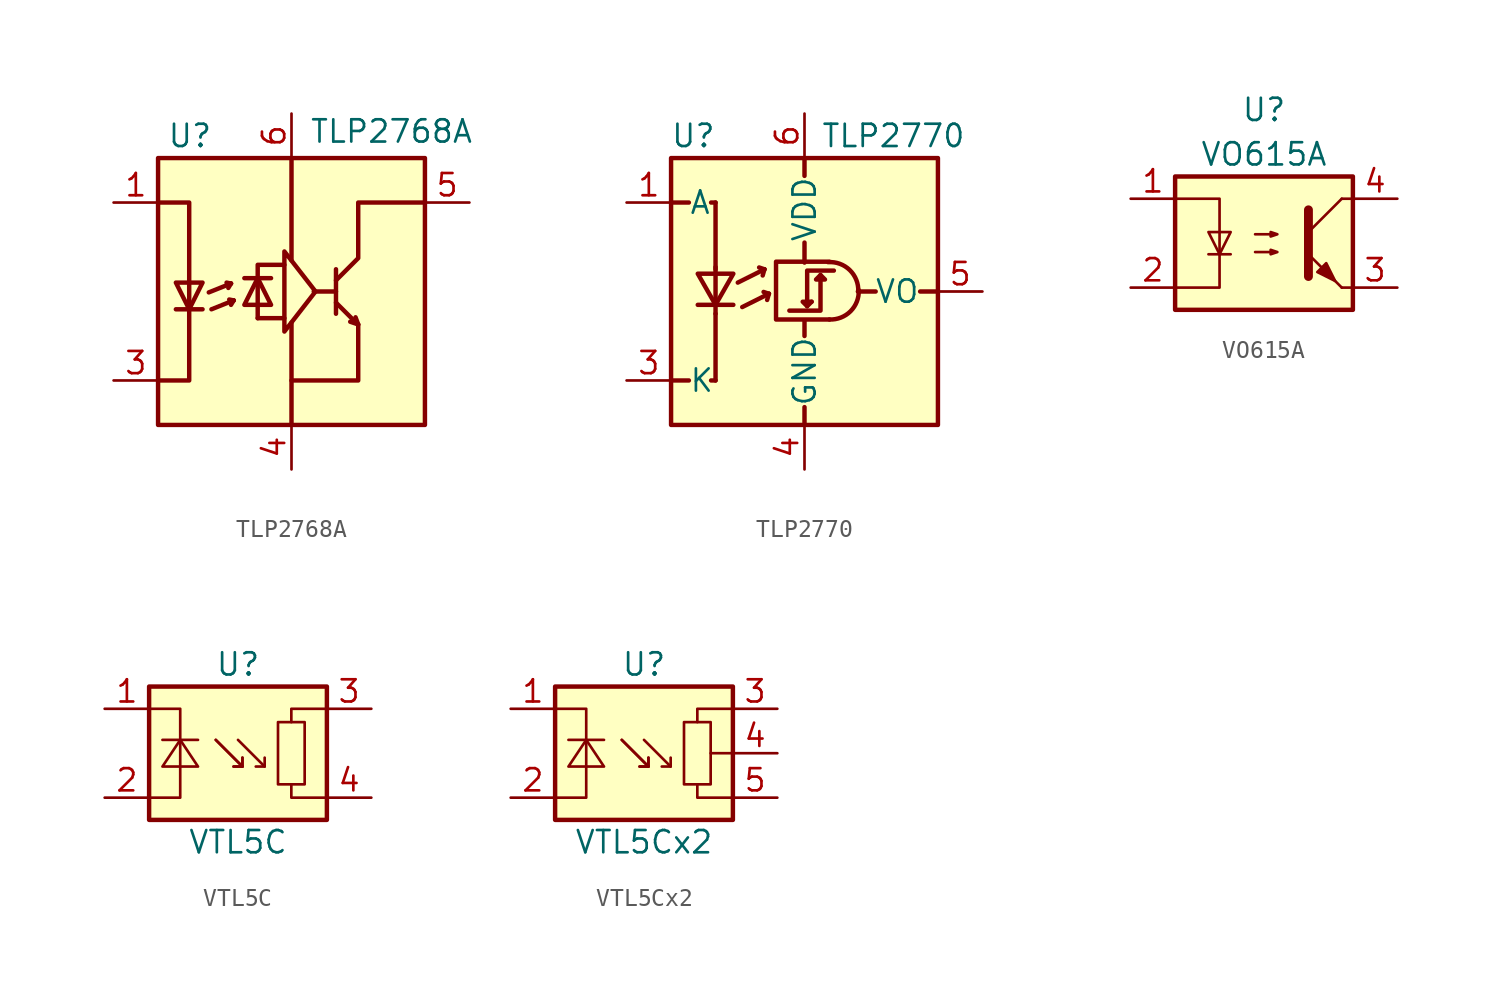
<source format=kicad_sym>
(kicad_symbol_lib
  (version 20201005)
  (generator kicad_symbol_editor)
  (symbol "TLP2768A"
    (pin_names
      (offset 1.016) hide)
    (property "Reference" "U"
      (at -7.112 8.89 0)
      (effects (font (size 1.27 1.27)) (justify left)))
    (property "Value" "TLP2768A"
      (at 1.016 9.144 0)
      (effects (font (size 1.27 1.27)) (justify left)))
    (symbol "TLP2768A_0_1"
      (rectangle (start -7.62 7.62) (end 7.62 -7.62) (stroke (width 0.254)) (fill (type background)))
      (polyline (pts (xy -6.604 -1.016) (xy -5.08 -1.016)) (stroke (width 0.254)) (fill (type none)))
      (polyline (pts (xy -5.842 0.508) (xy -5.842 -1.016)) (stroke (width 0.254)) (fill (type none)))
      (polyline (pts (xy -4.724 -0.051) (xy -3.454 0.457)) (stroke (width 0.254)) (fill (type none)))
      (polyline (pts (xy -4.572 -1.016) (xy -3.302 -0.508)) (stroke (width 0.254)) (fill (type none)))
      (polyline (pts (xy -3.454 0.457) (xy -3.708 0.508)) (stroke (width 0.254)) (fill (type none)))
      (polyline (pts (xy -3.454 0.457) (xy -3.607 0.203)) (stroke (width 0.254)) (fill (type none)))
      (polyline (pts (xy -3.302 -0.508) (xy -3.556 -0.457)) (stroke (width 0.254)) (fill (type none)))
      (polyline (pts (xy -3.302 -0.508) (xy -3.454 -0.762)) (stroke (width 0.254)) (fill (type none)))
      (polyline (pts (xy -2.692 0.762) (xy -1.168 0.762)) (stroke (width 0.254)) (fill (type none)))
      (polyline (pts (xy -1.93 -1.524) (xy -1.93 -0.762)) (stroke (width 0.254)) (fill (type none)))
      (polyline (pts (xy -1.93 -1.524) (xy -0.406 -1.524)) (stroke (width 0.254)) (fill (type none)))
      (polyline (pts (xy -1.93 0.762) (xy -1.93 -0.813)) (stroke (width 0.254)) (fill (type none)))
      (polyline (pts (xy 0 -7.62) (xy 0 -1.778)) (stroke (width 0.254)) (fill (type none)))
      (polyline (pts (xy 0 7.62) (xy 0 1.778)) (stroke (width 0.254)) (fill (type none)))
      (polyline (pts (xy 1.27 0) (xy 2.54 0)) (stroke (width 0.254)) (fill (type none)))
      (polyline (pts (xy 2.54 -1.27) (xy 2.54 1.27)) (stroke (width 0.254)) (fill (type none)))
      (polyline (pts (xy 3.81 -1.88) (xy 3.353 -1.727)) (stroke (width 0.254)) (fill (type none)))
      (polyline (pts (xy 3.81 -1.88) (xy 3.658 -1.473)) (stroke (width 0.254)) (fill (type none)))
      (polyline (pts (xy -7.62 5.08) (xy -5.842 5.08) (xy -5.842 0.508)) (stroke (width 0.254)) (fill (type none)))
      (polyline (pts (xy -5.842 -1.016) (xy -5.842 -5.08) (xy -7.62 -5.08)) (stroke (width 0.254)) (fill (type none)))
      (polyline (pts (xy -1.93 0.762) (xy -1.93 1.524) (xy -0.406 1.524)) (stroke (width 0.254)) (fill (type none)))
      (polyline (pts (xy -6.604 0.508) (xy -5.08 0.508) (xy -5.842 -1.016) (xy -6.604 0.508)) (stroke (width 0.254)) (fill (type none)))
      (polyline (pts (xy -2.692 -0.762) (xy -1.168 -0.762) (xy -1.93 0.762) (xy -2.692 -0.762)) (stroke (width 0.254)) (fill (type none)))
      (polyline (pts (xy 1.372 0) (xy -0.406 -2.286) (xy -0.406 2.286) (xy 1.372 0)) (stroke (width 0.254)) (fill (type none)))
      (polyline (pts (xy 2.54 -0.635) (xy 3.81 -1.905) (xy 3.81 -5.08) (xy 0 -5.08)) (stroke (width 0.254)) (fill (type none)))
      (polyline (pts (xy 2.54 0.635) (xy 3.81 1.905) (xy 3.81 5.08) (xy 7.62 5.08)) (stroke (width 0.254)) (fill (type none))))
    (symbol "TLP2768A_1_1"
      (pin passive line (at -10.16 5.08 0) (length 2.54) (name "A" (effects (font (size 1.27 1.27)))) (number "1" (effects (font (size 1.27 1.27)))))
      (pin no_connect line (at -7.62 0 0) (length 2.54) hide (name "NC" (effects (font (size 1.27 1.27)))) (number "2" (effects (font (size 1.27 1.27)))))
      (pin passive line (at -10.16 -5.08 0) (length 2.54) (name "K" (effects (font (size 1.27 1.27)))) (number "3" (effects (font (size 1.27 1.27)))))
      (pin power_in line (at 0 -10.16 90) (length 2.54) (name "GND" (effects (font (size 1.27 1.27)))) (number "4" (effects (font (size 1.27 1.27)))))
      (pin open_collector line (at 10.16 5.08 180) (length 2.54) (name "VO" (effects (font (size 1.27 1.27)))) (number "5" (effects (font (size 1.27 1.27)))))
      (pin power_in line (at 0 10.16 270) (length 2.54) (name "VDD" (effects (font (size 1.27 1.27)))) (number "6" (effects (font (size 1.27 1.27)))))))
  (symbol "TLP2770"
    (pin_names
      (offset 1.016))
    (property "Reference" "U"
      (at -6.35 8.89 0)
      (effects (font (size 1.27 1.27))))
    (property "Value" "TLP2770"
      (at 5.08 8.89 0)
      (effects (font (size 1.27 1.27))))
    (symbol "TLP2770_0_1"
      (polyline (pts (xy -7.62 -5.08) (xy -6.604 -5.08)) (stroke (width 0.254)) (fill (type none)))
      (polyline (pts (xy -7.62 5.08) (xy -6.604 5.08)) (stroke (width 0.254)) (fill (type none)))
      (polyline (pts (xy -5.08 -5.08) (xy -5.334 -5.08)) (stroke (width 0.254)) (fill (type none)))
      (polyline (pts (xy -5.08 -1.27) (xy -5.08 -5.08)) (stroke (width 0.254)) (fill (type none)))
      (polyline (pts (xy -5.08 1.27) (xy -5.08 5.08)) (stroke (width 0.254)) (fill (type none)))
      (polyline (pts (xy -5.08 5.08) (xy -5.334 5.08)) (stroke (width 0.254)) (fill (type none)))
      (polyline (pts (xy 0 -7.62) (xy 0 -6.604)) (stroke (width 0.254)) (fill (type none)))
      (polyline (pts (xy 0 -1.651) (xy 0 -2.54)) (stroke (width 0.254)) (fill (type none)))
      (polyline (pts (xy 0 1.651) (xy 0 2.794)) (stroke (width 0.254)) (fill (type none)))
      (polyline (pts (xy 0 7.62) (xy 0 6.604)) (stroke (width 0.254)) (fill (type none)))
      (polyline (pts (xy 3.048 0) (xy 4.064 0)) (stroke (width 0.254)) (fill (type none)))
      (polyline (pts (xy 7.62 0) (xy 6.604 0)) (stroke (width 0.254)) (fill (type none))))
    (symbol "TLP2770_1_1"
      (arc (start 1.4224 -1.6002) (end 3.0988 0.0762) (radius (at 1.4478 0.0254) (length 1.6256) (angles -90.9 1.8)) (stroke (width 0.254)) (fill (type none)))
      (arc (start 1.3462 1.6764) (end 3.0734 0) (radius (at 1.4732 0.1016) (length 1.5748) (angles 94.6 -3.6)) (stroke (width 0.254)) (fill (type none)))
      (rectangle (start -7.62 7.62) (end 7.62 -7.62) (stroke (width 0.254)) (fill (type background)))
      (polyline (pts (xy -6.096 -0.762) (xy -4.064 -0.762)) (stroke (width 0.254)) (fill (type none)))
      (polyline (pts (xy -5.08 -0.762) (xy -5.08 -1.27)) (stroke (width 0.254)) (fill (type none)))
      (polyline (pts (xy -5.08 1.016) (xy -5.08 -0.762)) (stroke (width 0.254)) (fill (type none)))
      (polyline (pts (xy -5.08 1.016) (xy -5.08 1.397)) (stroke (width 0.254)) (fill (type none)))
      (polyline (pts (xy -3.81 0.508) (xy -2.286 1.27)) (stroke (width 0.254)) (fill (type none)))
      (polyline (pts (xy -3.556 -0.889) (xy -2.032 -0.127)) (stroke (width 0.254)) (fill (type none)))
      (polyline (pts (xy -2.286 1.27) (xy -2.591 1.372)) (stroke (width 0.254)) (fill (type none)))
      (polyline (pts (xy -2.286 1.27) (xy -2.388 0.914)) (stroke (width 0.254)) (fill (type none)))
      (polyline (pts (xy -2.032 -0.127) (xy -2.337 -0.025)) (stroke (width 0.254)) (fill (type none)))
      (polyline (pts (xy -2.032 -0.127) (xy -2.134 -0.483)) (stroke (width 0.254)) (fill (type none)))
      (polyline (pts (xy 0.152 -0.838) (xy -0.102 -0.584) (xy 0.406 -0.584)) (stroke (width 0.254)) (fill (type none)))
      (polyline (pts (xy 0.914 0.94) (xy 0.914 -1.092) (xy -0.864 -1.092)) (stroke (width 0.254)) (fill (type none)))
      (polyline (pts (xy -6.096 1.016) (xy -4.064 1.016) (xy -5.08 -0.762) (xy -6.096 1.016)) (stroke (width 0.254)) (fill (type none)))
      (polyline (pts (xy 0.914 0.94) (xy 0.66 0.686) (xy 1.168 0.686) (xy 0.914 0.94)) (stroke (width 0.254)) (fill (type none)))
      (polyline (pts (xy 1.422 1.702) (xy -1.626 1.702) (xy -1.626 -1.6) (xy 1.422 -1.6)) (stroke (width 0.254)) (fill (type none)))
      (polyline (pts (xy 1.676 1.194) (xy 0.152 1.194) (xy 0.152 -0.838) (xy 0.406 -0.584)) (stroke (width 0.254)) (fill (type none)))
      (pin passive line (at -10.16 5.08 0) (length 2.54) (name "A" (effects (font (size 1.27 1.27)))) (number "1" (effects (font (size 1.27 1.27)))))
      (pin no_connect line (at -7.62 0 0) (length 2.54) hide (name "NC" (effects (font (size 1.27 1.27)))) (number "2" (effects (font (size 1.27 1.27)))))
      (pin passive line (at -10.16 -5.08 0) (length 2.54) (name "K" (effects (font (size 1.27 1.27)))) (number "3" (effects (font (size 1.27 1.27)))))
      (pin power_in line (at 0 -10.16 90) (length 2.54) (name "GND" (effects (font (size 1.27 1.27)))) (number "4" (effects (font (size 1.27 1.27)))))
      (pin output line (at 10.16 0 180) (length 2.54) (name "VO" (effects (font (size 1.27 1.27)))) (number "5" (effects (font (size 1.27 1.27)))))
      (pin power_in line (at 0 10.16 270) (length 2.54) (name "VDD" (effects (font (size 1.27 1.27)))) (number "6" (effects (font (size 1.27 1.27)))))))
  (symbol "VO615A"
    (pin_names
      (offset 0.762))
    (property "Reference" "U"
      (at 0 7.62 0)
      (effects (font (size 1.27 1.27))))
    (property "Value" "VO615A"
      (at 0 5.08 0)
      (effects (font (size 1.27 1.27))))
    (symbol "VO615A_0_1"
      (rectangle (start -5.08 3.81) (end 5.08 -3.81) (stroke (width 0.254)) (fill (type background)))
      (polyline (pts (xy -3.175 -0.635) (xy -1.905 -0.635)) (stroke (width 0)) (fill (type none)))
      (polyline (pts (xy 2.54 0.635) (xy 4.445 2.54)) (stroke (width 0)) (fill (type none)))
      (polyline (pts (xy 4.445 -2.54) (xy 2.54 -0.635)) (stroke (width 0)) (fill (type outline)))
      (polyline (pts (xy 4.445 -2.54) (xy 5.08 -2.54)) (stroke (width 0)) (fill (type none)))
      (polyline (pts (xy 4.445 2.54) (xy 5.08 2.54)) (stroke (width 0)) (fill (type none)))
      (polyline (pts (xy 2.54 1.905) (xy 2.54 -1.905) (xy 2.54 -1.905)) (stroke (width 0.508)) (fill (type none)))
      (polyline (pts (xy -5.08 2.54) (xy -2.54 2.54) (xy -2.54 -2.54) (xy -5.08 -2.54)) (stroke (width 0)) (fill (type none)))
      (polyline (pts (xy -2.54 -0.635) (xy -3.175 0.635) (xy -1.905 0.635) (xy -2.54 -0.635)) (stroke (width 0)) (fill (type none)))
      (polyline (pts (xy -0.508 -0.508) (xy 0.762 -0.508) (xy 0.381 -0.635) (xy 0.381 -0.381) (xy 0.762 -0.508)) (stroke (width 0)) (fill (type none)))
      (polyline (pts (xy -0.508 0.508) (xy 0.762 0.508) (xy 0.381 0.381) (xy 0.381 0.635) (xy 0.762 0.508)) (stroke (width 0)) (fill (type none)))
      (polyline (pts (xy 3.048 -1.651) (xy 3.556 -1.143) (xy 4.064 -2.159) (xy 3.048 -1.651) (xy 3.048 -1.651)) (stroke (width 0)) (fill (type outline))))
    (symbol "VO615A_1_1"
      (pin passive line (at -7.62 2.54 0) (length 2.54) (name "~" (effects (font (size 1.27 1.27)))) (number "1" (effects (font (size 1.27 1.27)))))
      (pin passive line (at -7.62 -2.54 0) (length 2.54) (name "~" (effects (font (size 1.27 1.27)))) (number "2" (effects (font (size 1.27 1.27)))))
      (pin passive line (at 7.62 -2.54 180) (length 2.54) (name "~" (effects (font (size 1.27 1.27)))) (number "3" (effects (font (size 1.27 1.27)))))
      (pin passive line (at 7.62 2.54 180) (length 2.54) (name "~" (effects (font (size 1.27 1.27)))) (number "4" (effects (font (size 1.27 1.27)))))))
  (symbol "VTL5C"
    (pin_names
      (offset 1.016) hide)
    (property "Reference" "U"
      (at 0 5.08 0)
      (effects (font (size 1.27 1.27))))
    (property "Value" "VTL5C"
      (at 0 -5.08 0)
      (effects (font (size 1.27 1.27))))
    (symbol "VTL5C_0_1"
      (rectangle (start -5.08 3.81) (end 5.08 -3.81) (stroke (width 0.254)) (fill (type background)))
      (rectangle (start 2.286 1.778) (end 3.81 -1.778) (stroke (width 0)) (fill (type none)))
      (polyline (pts (xy -4.318 0.762) (xy -2.286 0.762)) (stroke (width 0)) (fill (type none)))
      (polyline (pts (xy -1.27 0.762) (xy 0.254 -0.762)) (stroke (width 0)) (fill (type none)))
      (polyline (pts (xy -1.27 0.762) (xy 0.254 -0.762)) (stroke (width 0)) (fill (type none)))
      (polyline (pts (xy 0 0.762) (xy 1.524 -0.762)) (stroke (width 0)) (fill (type none)))
      (polyline (pts (xy 0.254 -0.254) (xy 0.254 -0.762) (xy -0.254 -0.762)) (stroke (width 0)) (fill (type none)))
      (polyline (pts (xy 0.254 -0.254) (xy 0.254 -0.762) (xy -0.254 -0.762)) (stroke (width 0)) (fill (type none)))
      (polyline (pts (xy 1.524 -0.254) (xy 1.524 -0.762) (xy 1.016 -0.762)) (stroke (width 0)) (fill (type none)))
      (polyline (pts (xy 3.048 -1.778) (xy 3.048 -2.54) (xy 5.08 -2.54)) (stroke (width 0)) (fill (type none)))
      (polyline (pts (xy 3.048 1.778) (xy 3.048 2.54) (xy 5.08 2.54)) (stroke (width 0)) (fill (type none)))
      (polyline (pts (xy -5.08 -2.54) (xy -3.302 -2.54) (xy -3.302 2.54) (xy -5.08 2.54)) (stroke (width 0)) (fill (type none))))
    (symbol "VTL5C_1_1"
      (polyline (pts (xy -4.318 -0.762) (xy -3.302 0.762) (xy -2.286 -0.762) (xy -4.318 -0.762)) (stroke (width 0)) (fill (type none)))
      (pin passive line (at -7.62 2.54 0) (length 2.54) (name "-" (effects (font (size 1.27 1.27)))) (number "1" (effects (font (size 1.27 1.27)))))
      (pin passive line (at -7.62 -2.54 0) (length 2.54) (name "+" (effects (font (size 1.27 1.27)))) (number "2" (effects (font (size 1.27 1.27)))))
      (pin passive line (at 7.62 2.54 180) (length 2.54) (name "~" (effects (font (size 1.27 1.27)))) (number "3" (effects (font (size 1.27 1.27)))))
      (pin passive line (at 7.62 -2.54 180) (length 2.54) (name "~" (effects (font (size 1.27 1.27)))) (number "4" (effects (font (size 1.27 1.27)))))))
  (symbol "VTL5Cx2"
    (pin_names
      (offset 1.016) hide)
    (property "Reference" "U"
      (at 0 5.08 0)
      (effects (font (size 1.27 1.27))))
    (property "Value" "VTL5Cx2"
      (at 0 -5.08 0)
      (effects (font (size 1.27 1.27))))
    (symbol "VTL5Cx2_0_1"
      (rectangle (start -5.08 3.81) (end 5.08 -3.81) (stroke (width 0.254)) (fill (type background)))
      (rectangle (start 2.286 1.778) (end 3.81 -1.778) (stroke (width 0)) (fill (type none)))
      (polyline (pts (xy -4.318 0.762) (xy -2.286 0.762)) (stroke (width 0)) (fill (type none)))
      (polyline (pts (xy -1.27 0.762) (xy 0.254 -0.762)) (stroke (width 0)) (fill (type none)))
      (polyline (pts (xy -1.27 0.762) (xy 0.254 -0.762)) (stroke (width 0)) (fill (type none)))
      (polyline (pts (xy 0 0.762) (xy 1.524 -0.762)) (stroke (width 0)) (fill (type none)))
      (polyline (pts (xy 5.08 0) (xy 3.81 0)) (stroke (width 0)) (fill (type none)))
      (polyline (pts (xy 0.254 -0.254) (xy 0.254 -0.762) (xy -0.254 -0.762)) (stroke (width 0)) (fill (type none)))
      (polyline (pts (xy 0.254 -0.254) (xy 0.254 -0.762) (xy -0.254 -0.762)) (stroke (width 0)) (fill (type none)))
      (polyline (pts (xy 1.524 -0.254) (xy 1.524 -0.762) (xy 1.016 -0.762)) (stroke (width 0)) (fill (type none)))
      (polyline (pts (xy 3.048 -1.778) (xy 3.048 -2.54) (xy 5.08 -2.54)) (stroke (width 0)) (fill (type none)))
      (polyline (pts (xy 3.048 1.778) (xy 3.048 2.54) (xy 5.08 2.54)) (stroke (width 0)) (fill (type none)))
      (polyline (pts (xy -5.08 -2.54) (xy -3.302 -2.54) (xy -3.302 2.54) (xy -5.08 2.54)) (stroke (width 0)) (fill (type none))))
    (symbol "VTL5Cx2_1_1"
      (polyline (pts (xy -4.318 -0.762) (xy -3.302 0.762) (xy -2.286 -0.762) (xy -4.318 -0.762)) (stroke (width 0)) (fill (type none)))
      (pin passive line (at -7.62 2.54 0) (length 2.54) (name "-" (effects (font (size 1.27 1.27)))) (number "1" (effects (font (size 1.27 1.27)))))
      (pin passive line (at -7.62 -2.54 0) (length 2.54) (name "+" (effects (font (size 1.27 1.27)))) (number "2" (effects (font (size 1.27 1.27)))))
      (pin passive line (at 7.62 2.54 180) (length 2.54) (name "~" (effects (font (size 1.27 1.27)))) (number "3" (effects (font (size 1.27 1.27)))))
      (pin passive line (at 7.62 0 180) (length 2.54) (name "~" (effects (font (size 1.27 1.27)))) (number "4" (effects (font (size 1.27 1.27)))))
      (pin passive line (at 7.62 -2.54 180) (length 2.54) (name "~" (effects (font (size 1.27 1.27)))) (number "5" (effects (font (size 1.27 1.27))))))))
</source>
